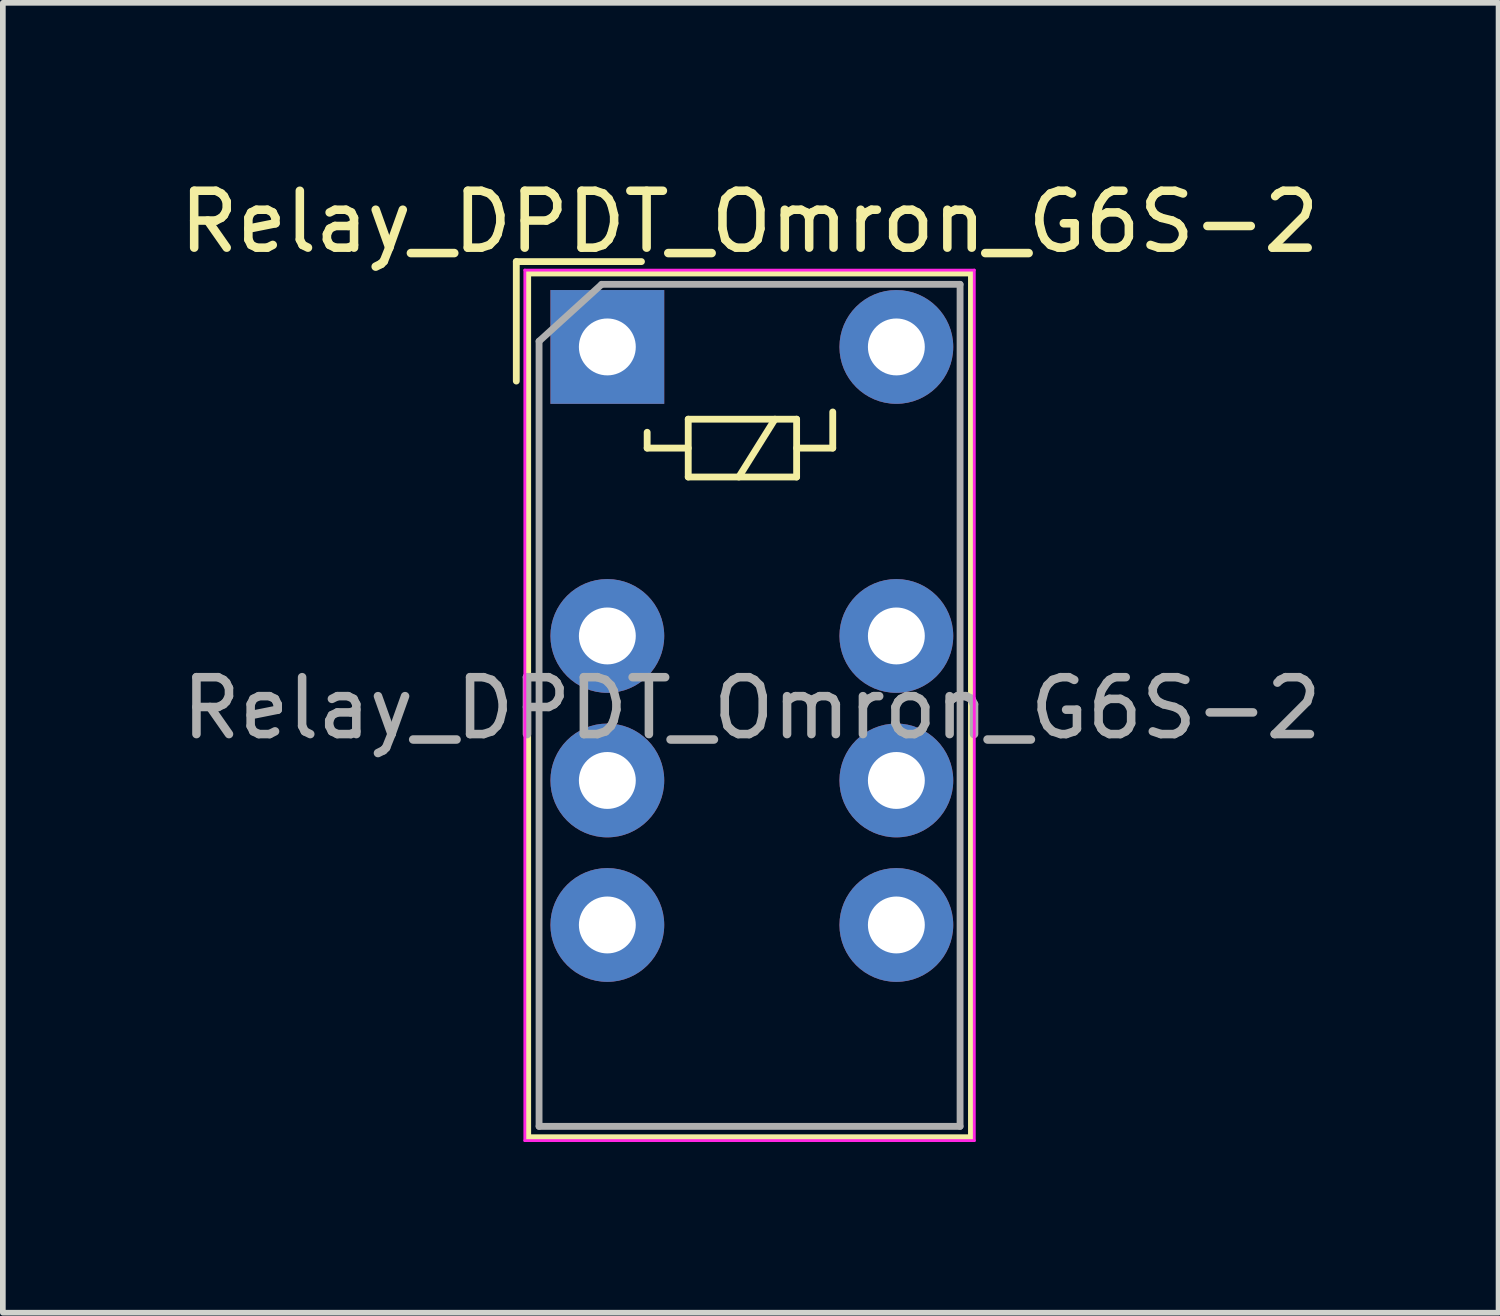
<source format=kicad_pcb>
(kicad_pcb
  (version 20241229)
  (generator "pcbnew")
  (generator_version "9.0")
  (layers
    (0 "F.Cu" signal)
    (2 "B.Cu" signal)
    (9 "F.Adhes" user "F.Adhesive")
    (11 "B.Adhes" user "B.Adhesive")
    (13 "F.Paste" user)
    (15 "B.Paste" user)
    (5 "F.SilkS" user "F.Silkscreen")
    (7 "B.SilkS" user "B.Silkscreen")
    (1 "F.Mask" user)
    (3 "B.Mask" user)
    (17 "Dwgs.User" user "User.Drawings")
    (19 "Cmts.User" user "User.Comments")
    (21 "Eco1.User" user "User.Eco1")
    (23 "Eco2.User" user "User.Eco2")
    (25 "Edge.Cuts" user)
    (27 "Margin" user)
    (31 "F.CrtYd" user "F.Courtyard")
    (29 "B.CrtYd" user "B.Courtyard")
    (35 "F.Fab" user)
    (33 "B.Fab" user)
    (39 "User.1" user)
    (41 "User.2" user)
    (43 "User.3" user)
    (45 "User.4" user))
  (footprint "Relay_DPDT_Omron_G6S-2"
    (layer "F.Cu")
    (at 7.625 3.048)
    (property "Reference" "Relay_DPDT_Omron_G6S-2" (at 2.5 -2.2 0) (layer "F.SilkS") (effects (font (size 1 1) (thickness 0.15))))
    (attr through_hole)
    (fp_line (start -1.6 -1.5) (end 0.6 -1.5) (stroke (width 0.12) (type solid)) (layer "F.SilkS"))
    (fp_line (start -1.6 0.6) (end -1.6 -1.5) (stroke (width 0.12) (type solid)) (layer "F.SilkS"))
    (fp_line (start -1.4 -1.3) (end 6.4 -1.3) (stroke (width 0.12) (type solid)) (layer "F.SilkS"))
    (fp_line (start -1.4 13.9) (end -1.4 -1.3) (stroke (width 0.12) (type solid)) (layer "F.SilkS"))
    (fp_line (start 0.7 1.5) (end 0.7 1.778) (stroke (width 0.12) (type solid)) (layer "F.SilkS"))
    (fp_line (start 0.7 1.778) (end 1.422 1.778) (stroke (width 0.12) (type solid)) (layer "F.SilkS"))
    (fp_line (start 1.422 1.27) (end 1.422 2.286) (stroke (width 0.12) (type solid)) (layer "F.SilkS"))
    (fp_line (start 1.422 2.286) (end 3.327 2.286) (stroke (width 0.12) (type solid)) (layer "F.SilkS"))
    (fp_line (start 2.946 1.27) (end 2.311 2.286) (stroke (width 0.12) (type solid)) (layer "F.SilkS"))
    (fp_line (start 3.327 1.27) (end 1.422 1.27) (stroke (width 0.12) (type solid)) (layer "F.SilkS"))
    (fp_line (start 3.327 1.27) (end 3.327 2.286) (stroke (width 0.12) (type solid)) (layer "F.SilkS"))
    (fp_line (start 3.962 1.143) (end 3.962 1.778) (stroke (width 0.12) (type solid)) (layer "F.SilkS"))
    (fp_line (start 3.962 1.778) (end 3.327 1.778) (stroke (width 0.12) (type solid)) (layer "F.SilkS"))
    (fp_line (start 6.4 -1.3) (end 6.4 13.9) (stroke (width 0.12) (type solid)) (layer "F.SilkS"))
    (fp_line (start 6.4 13.9) (end -1.4 13.9) (stroke (width 0.12) (type solid)) (layer "F.SilkS"))
    (fp_line (start -1.45 -1.35) (end -1.45 13.95) (stroke (width 0.05) (type solid)) (layer "F.CrtYd"))
    (fp_line (start -1.45 -1.35) (end 6.45 -1.35) (stroke (width 0.05) (type solid)) (layer "F.CrtYd"))
    (fp_line (start 6.45 13.95) (end -1.45 13.95) (stroke (width 0.05) (type solid)) (layer "F.CrtYd"))
    (fp_line (start 6.45 13.95) (end 6.45 -1.35) (stroke (width 0.05) (type solid)) (layer "F.CrtYd"))
    (fp_line (start -1.2 -0.1) (end -0.1 -1.1) (stroke (width 0.12) (type solid)) (layer "F.Fab"))
    (fp_line (start -1.2 13.7) (end -1.2 -0.1) (stroke (width 0.12) (type solid)) (layer "F.Fab"))
    (fp_line (start -0.1 -1.1) (end 6.2 -1.1) (stroke (width 0.12) (type solid)) (layer "F.Fab"))
    (fp_line (start 6.2 -1.1) (end 6.2 13.7) (stroke (width 0.12) (type solid)) (layer "F.Fab"))
    (fp_line (start 6.2 13.7) (end -1.2 13.7) (stroke (width 0.12) (type solid)) (layer "F.Fab"))
    (fp_text user "${REFERENCE}" (at 2.54 6.35 0) (layer "F.Fab") (effects (font (size 1 1) (thickness 0.15))))
    (pad "1" thru_hole circle (at 5.08 0) (size 2 2) (drill 1) (layers "*.Cu" "*.Mask"))
    (pad "3" thru_hole circle (at 5.08 5.08) (size 2 2) (drill 1) (layers "*.Cu" "*.Mask"))
    (pad "4" thru_hole circle (at 5.08 7.62 270) (size 2 2) (drill 1) (layers "*.Cu" "*.Mask"))
    (pad "5" thru_hole circle (at 5.08 10.16) (size 2 2) (drill 1) (layers "*.Cu" "*.Mask"))
    (pad "8" thru_hole circle (at 0 10.16) (size 2 2) (drill 1) (layers "*.Cu" "*.Mask"))
    (pad "9" thru_hole circle (at 0 7.62 270) (size 2 2) (drill 1) (layers "*.Cu" "*.Mask"))
    (pad "10" thru_hole circle (at 0 5.08) (size 2 2) (drill 1) (layers "*.Cu" "*.Mask"))
    (pad "12" thru_hole rect (at 0 0) (size 2 2) (drill 1) (layers "*.Cu" "*.Mask")))
  (gr_rect
    (start -3 -3)
    (end 23.29 20.023)
    (stroke (width 0.1) (type default))
    (fill no)
    (layer "Edge.Cuts")))
</source>
